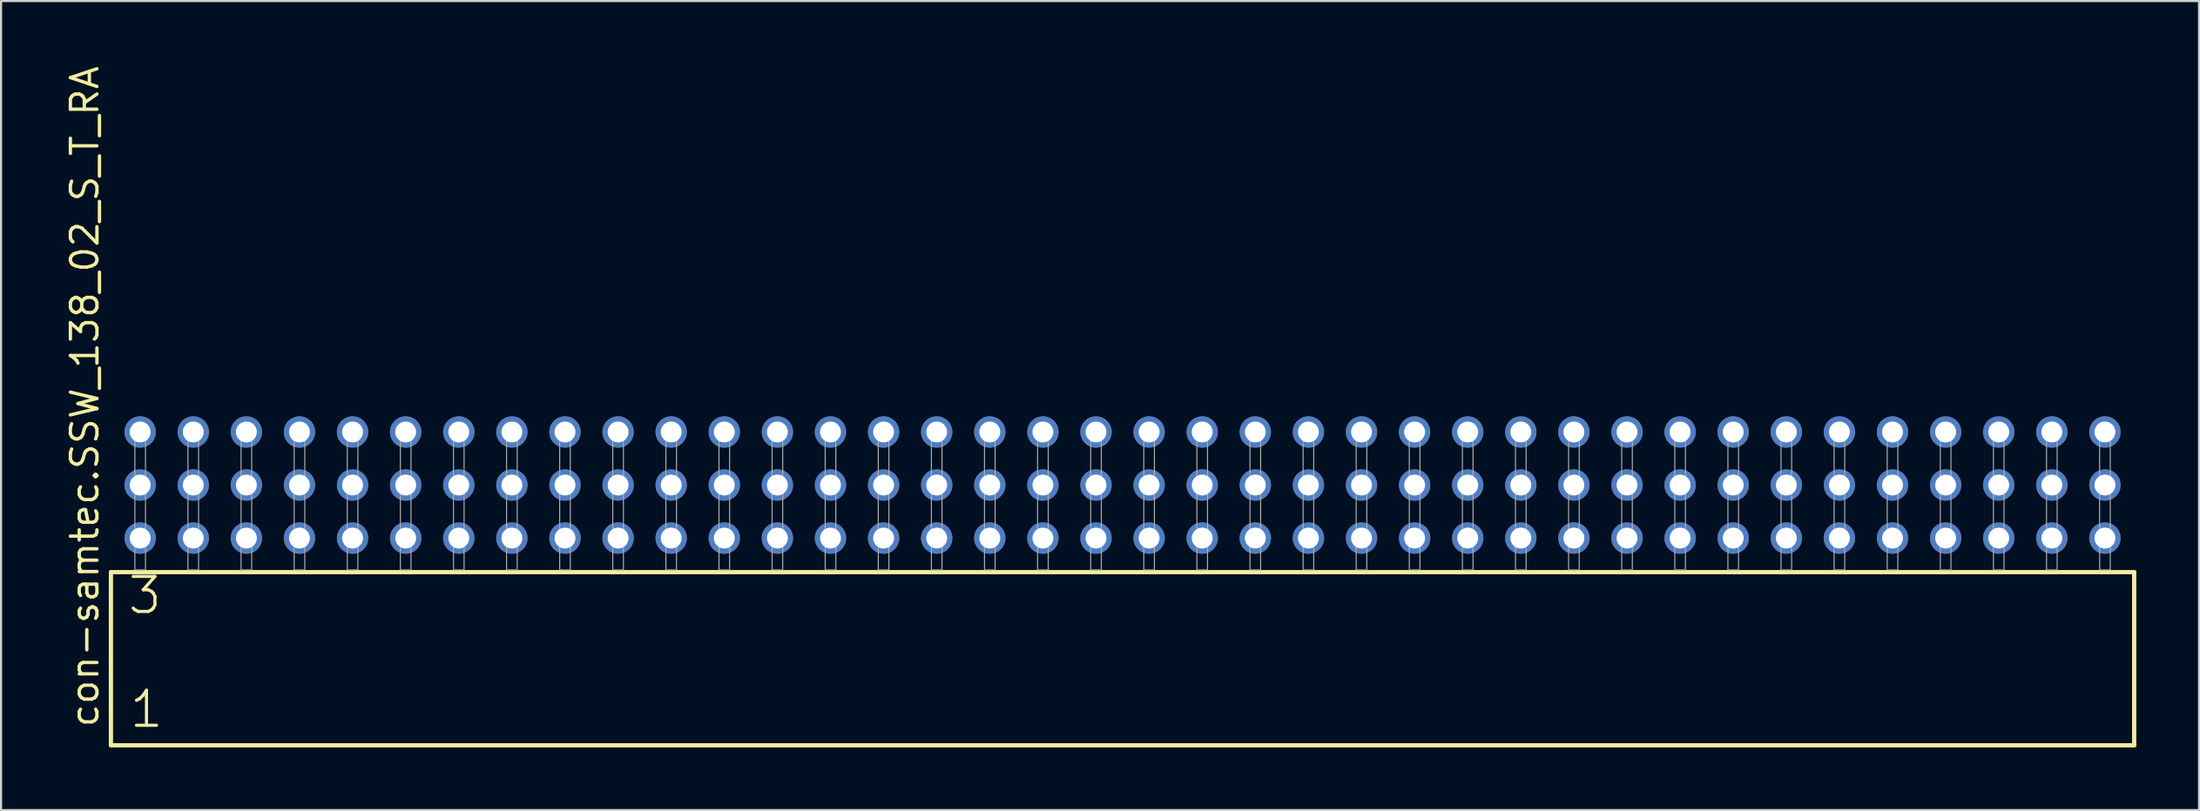
<source format=kicad_pcb>
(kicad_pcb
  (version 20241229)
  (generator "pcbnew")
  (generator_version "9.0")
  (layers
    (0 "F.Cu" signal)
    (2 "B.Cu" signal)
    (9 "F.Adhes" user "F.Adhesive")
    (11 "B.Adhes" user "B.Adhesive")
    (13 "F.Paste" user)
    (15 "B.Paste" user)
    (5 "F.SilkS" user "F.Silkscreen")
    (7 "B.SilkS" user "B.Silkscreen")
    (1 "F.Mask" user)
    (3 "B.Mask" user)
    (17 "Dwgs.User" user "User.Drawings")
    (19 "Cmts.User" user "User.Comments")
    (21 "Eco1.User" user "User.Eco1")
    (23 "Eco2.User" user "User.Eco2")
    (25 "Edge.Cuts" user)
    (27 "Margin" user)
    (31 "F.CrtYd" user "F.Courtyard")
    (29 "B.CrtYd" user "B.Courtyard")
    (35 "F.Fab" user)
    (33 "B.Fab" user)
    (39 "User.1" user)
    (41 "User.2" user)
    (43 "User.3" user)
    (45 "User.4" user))
  (footprint "con-samtec.SSW_138_02_S_T_RA"
    (layer "F.Cu")
    (at 50.645 24.235)
    (property "Reference" "con-samtec.SSW_138_02_S_T_RA" (at -48.895 7.62 90) (layer "F.SilkS") (effects (font (size 1.27 1.27) (thickness 0.16)) (justify left bottom)))
    (attr through_hole)
    (fp_line (start -48.389 0.106) (end -48.389 8.396) (stroke (width 0.203) (type default)) (layer "F.SilkS"))
    (fp_line (start -48.389 8.396) (end 48.389 8.396) (stroke (width 0.203) (type default)) (layer "F.SilkS"))
    (fp_line (start 48.389 0.106) (end -48.389 0.106) (stroke (width 0.203) (type default)) (layer "F.SilkS"))
    (fp_line (start 48.389 8.396) (end 48.389 0.106) (stroke (width 0.203) (type default)) (layer "F.SilkS"))
    (fp_rect (start -47.244 0) (end -46.736 -6.858) (stroke (width 0.05) (type default)) (fill no) (layer "F.Fab"))
    (fp_rect (start -44.704 0) (end -44.196 -6.858) (stroke (width 0.05) (type default)) (fill no) (layer "F.Fab"))
    (fp_rect (start -42.164 0) (end -41.656 -6.858) (stroke (width 0.05) (type default)) (fill no) (layer "F.Fab"))
    (fp_rect (start -39.624 0) (end -39.116 -6.858) (stroke (width 0.05) (type default)) (fill no) (layer "F.Fab"))
    (fp_rect (start -37.084 0) (end -36.576 -6.858) (stroke (width 0.05) (type default)) (fill no) (layer "F.Fab"))
    (fp_rect (start -34.544 0) (end -34.036 -6.858) (stroke (width 0.05) (type default)) (fill no) (layer "F.Fab"))
    (fp_rect (start -32.004 0) (end -31.496 -6.858) (stroke (width 0.05) (type default)) (fill no) (layer "F.Fab"))
    (fp_rect (start -29.464 0) (end -28.956 -6.858) (stroke (width 0.05) (type default)) (fill no) (layer "F.Fab"))
    (fp_rect (start -26.924 0) (end -26.416 -6.858) (stroke (width 0.05) (type default)) (fill no) (layer "F.Fab"))
    (fp_rect (start -24.384 0) (end -23.876 -6.858) (stroke (width 0.05) (type default)) (fill no) (layer "F.Fab"))
    (fp_rect (start -21.844 0) (end -21.336 -6.858) (stroke (width 0.05) (type default)) (fill no) (layer "F.Fab"))
    (fp_rect (start -19.304 0) (end -18.796 -6.858) (stroke (width 0.05) (type default)) (fill no) (layer "F.Fab"))
    (fp_rect (start -16.764 0) (end -16.256 -6.858) (stroke (width 0.05) (type default)) (fill no) (layer "F.Fab"))
    (fp_rect (start -14.224 0) (end -13.716 -6.858) (stroke (width 0.05) (type default)) (fill no) (layer "F.Fab"))
    (fp_rect (start -11.684 0) (end -11.176 -6.858) (stroke (width 0.05) (type default)) (fill no) (layer "F.Fab"))
    (fp_rect (start -9.144 0) (end -8.636 -6.858) (stroke (width 0.05) (type default)) (fill no) (layer "F.Fab"))
    (fp_rect (start -6.604 0) (end -6.096 -6.858) (stroke (width 0.05) (type default)) (fill no) (layer "F.Fab"))
    (fp_rect (start -4.064 0) (end -3.556 -6.858) (stroke (width 0.05) (type default)) (fill no) (layer "F.Fab"))
    (fp_rect (start -1.524 0) (end -1.016 -6.858) (stroke (width 0.05) (type default)) (fill no) (layer "F.Fab"))
    (fp_rect (start 1.016 0) (end 1.524 -6.858) (stroke (width 0.05) (type default)) (fill no) (layer "F.Fab"))
    (fp_rect (start 3.556 0) (end 4.064 -6.858) (stroke (width 0.05) (type default)) (fill no) (layer "F.Fab"))
    (fp_rect (start 6.096 0) (end 6.604 -6.858) (stroke (width 0.05) (type default)) (fill no) (layer "F.Fab"))
    (fp_rect (start 8.636 0) (end 9.144 -6.858) (stroke (width 0.05) (type default)) (fill no) (layer "F.Fab"))
    (fp_rect (start 11.176 0) (end 11.684 -6.858) (stroke (width 0.05) (type default)) (fill no) (layer "F.Fab"))
    (fp_rect (start 13.716 0) (end 14.224 -6.858) (stroke (width 0.05) (type default)) (fill no) (layer "F.Fab"))
    (fp_rect (start 16.256 0) (end 16.764 -6.858) (stroke (width 0.05) (type default)) (fill no) (layer "F.Fab"))
    (fp_rect (start 18.796 0) (end 19.304 -6.858) (stroke (width 0.05) (type default)) (fill no) (layer "F.Fab"))
    (fp_rect (start 21.336 0) (end 21.844 -6.858) (stroke (width 0.05) (type default)) (fill no) (layer "F.Fab"))
    (fp_rect (start 23.876 0) (end 24.384 -6.858) (stroke (width 0.05) (type default)) (fill no) (layer "F.Fab"))
    (fp_rect (start 26.416 0) (end 26.924 -6.858) (stroke (width 0.05) (type default)) (fill no) (layer "F.Fab"))
    (fp_rect (start 28.956 0) (end 29.464 -6.858) (stroke (width 0.05) (type default)) (fill no) (layer "F.Fab"))
    (fp_rect (start 31.496 0) (end 32.004 -6.858) (stroke (width 0.05) (type default)) (fill no) (layer "F.Fab"))
    (fp_rect (start 34.036 0) (end 34.544 -6.858) (stroke (width 0.05) (type default)) (fill no) (layer "F.Fab"))
    (fp_rect (start 36.576 0) (end 37.084 -6.858) (stroke (width 0.05) (type default)) (fill no) (layer "F.Fab"))
    (fp_rect (start 39.116 0) (end 39.624 -6.858) (stroke (width 0.05) (type default)) (fill no) (layer "F.Fab"))
    (fp_rect (start 41.656 0) (end 42.164 -6.858) (stroke (width 0.05) (type default)) (fill no) (layer "F.Fab"))
    (fp_rect (start 44.196 0) (end 44.704 -6.858) (stroke (width 0.05) (type default)) (fill no) (layer "F.Fab"))
    (fp_rect (start 46.736 0) (end 47.244 -6.858) (stroke (width 0.05) (type default)) (fill no) (layer "F.Fab"))
    (fp_text user "1" (at -47.585 7.65 0) (layer "F.SilkS") (effects (font (size 1.676 1.676) (thickness 0.15)) (justify left bottom)))
    (fp_text user "3" (at -47.66 2.2 0) (layer "F.SilkS") (effects (font (size 1.676 1.676) (thickness 0.15)) (justify left bottom)))
    (pad "1" thru_hole circle (at -46.99 -1.524) (size 1.5 1.5) (drill 1) (layers "*.Cu" "*.Mask"))
    (pad "2" thru_hole circle (at -46.99 -4.064) (size 1.5 1.5) (drill 1) (layers "*.Cu" "*.Mask"))
    (pad "3" thru_hole circle (at -46.99 -6.604) (size 1.5 1.5) (drill 1) (layers "*.Cu" "*.Mask"))
    (pad "4" thru_hole circle (at -44.45 -1.524) (size 1.5 1.5) (drill 1) (layers "*.Cu" "*.Mask"))
    (pad "5" thru_hole circle (at -44.45 -4.064) (size 1.5 1.5) (drill 1) (layers "*.Cu" "*.Mask"))
    (pad "6" thru_hole circle (at -44.45 -6.604) (size 1.5 1.5) (drill 1) (layers "*.Cu" "*.Mask"))
    (pad "7" thru_hole circle (at -41.91 -1.524) (size 1.5 1.5) (drill 1) (layers "*.Cu" "*.Mask"))
    (pad "8" thru_hole circle (at -41.91 -4.064) (size 1.5 1.5) (drill 1) (layers "*.Cu" "*.Mask"))
    (pad "9" thru_hole circle (at -41.91 -6.604) (size 1.5 1.5) (drill 1) (layers "*.Cu" "*.Mask"))
    (pad "10" thru_hole circle (at -39.37 -1.524) (size 1.5 1.5) (drill 1) (layers "*.Cu" "*.Mask"))
    (pad "11" thru_hole circle (at -39.37 -4.064) (size 1.5 1.5) (drill 1) (layers "*.Cu" "*.Mask"))
    (pad "12" thru_hole circle (at -39.37 -6.604) (size 1.5 1.5) (drill 1) (layers "*.Cu" "*.Mask"))
    (pad "13" thru_hole circle (at -36.83 -1.524) (size 1.5 1.5) (drill 1) (layers "*.Cu" "*.Mask"))
    (pad "14" thru_hole circle (at -36.83 -4.064) (size 1.5 1.5) (drill 1) (layers "*.Cu" "*.Mask"))
    (pad "15" thru_hole circle (at -36.83 -6.604) (size 1.5 1.5) (drill 1) (layers "*.Cu" "*.Mask"))
    (pad "16" thru_hole circle (at -34.29 -1.524) (size 1.5 1.5) (drill 1) (layers "*.Cu" "*.Mask"))
    (pad "17" thru_hole circle (at -34.29 -4.064) (size 1.5 1.5) (drill 1) (layers "*.Cu" "*.Mask"))
    (pad "18" thru_hole circle (at -34.29 -6.604) (size 1.5 1.5) (drill 1) (layers "*.Cu" "*.Mask"))
    (pad "19" thru_hole circle (at -31.75 -1.524) (size 1.5 1.5) (drill 1) (layers "*.Cu" "*.Mask"))
    (pad "20" thru_hole circle (at -31.75 -4.064) (size 1.5 1.5) (drill 1) (layers "*.Cu" "*.Mask"))
    (pad "21" thru_hole circle (at -31.75 -6.604) (size 1.5 1.5) (drill 1) (layers "*.Cu" "*.Mask"))
    (pad "22" thru_hole circle (at -29.21 -1.524) (size 1.5 1.5) (drill 1) (layers "*.Cu" "*.Mask"))
    (pad "23" thru_hole circle (at -29.21 -4.064) (size 1.5 1.5) (drill 1) (layers "*.Cu" "*.Mask"))
    (pad "24" thru_hole circle (at -29.21 -6.604) (size 1.5 1.5) (drill 1) (layers "*.Cu" "*.Mask"))
    (pad "25" thru_hole circle (at -26.67 -1.524) (size 1.5 1.5) (drill 1) (layers "*.Cu" "*.Mask"))
    (pad "26" thru_hole circle (at -26.67 -4.064) (size 1.5 1.5) (drill 1) (layers "*.Cu" "*.Mask"))
    (pad "27" thru_hole circle (at -26.67 -6.604) (size 1.5 1.5) (drill 1) (layers "*.Cu" "*.Mask"))
    (pad "28" thru_hole circle (at -24.13 -1.524) (size 1.5 1.5) (drill 1) (layers "*.Cu" "*.Mask"))
    (pad "29" thru_hole circle (at -24.13 -4.064) (size 1.5 1.5) (drill 1) (layers "*.Cu" "*.Mask"))
    (pad "30" thru_hole circle (at -24.13 -6.604) (size 1.5 1.5) (drill 1) (layers "*.Cu" "*.Mask"))
    (pad "31" thru_hole circle (at -21.59 -1.524) (size 1.5 1.5) (drill 1) (layers "*.Cu" "*.Mask"))
    (pad "32" thru_hole circle (at -21.59 -4.064) (size 1.5 1.5) (drill 1) (layers "*.Cu" "*.Mask"))
    (pad "33" thru_hole circle (at -21.59 -6.604) (size 1.5 1.5) (drill 1) (layers "*.Cu" "*.Mask"))
    (pad "34" thru_hole circle (at -19.05 -1.524) (size 1.5 1.5) (drill 1) (layers "*.Cu" "*.Mask"))
    (pad "35" thru_hole circle (at -19.05 -4.064) (size 1.5 1.5) (drill 1) (layers "*.Cu" "*.Mask"))
    (pad "36" thru_hole circle (at -19.05 -6.604) (size 1.5 1.5) (drill 1) (layers "*.Cu" "*.Mask"))
    (pad "37" thru_hole circle (at -16.51 -1.524) (size 1.5 1.5) (drill 1) (layers "*.Cu" "*.Mask"))
    (pad "38" thru_hole circle (at -16.51 -4.064) (size 1.5 1.5) (drill 1) (layers "*.Cu" "*.Mask"))
    (pad "39" thru_hole circle (at -16.51 -6.604) (size 1.5 1.5) (drill 1) (layers "*.Cu" "*.Mask"))
    (pad "40" thru_hole circle (at -13.97 -1.524) (size 1.5 1.5) (drill 1) (layers "*.Cu" "*.Mask"))
    (pad "41" thru_hole circle (at -13.97 -4.064) (size 1.5 1.5) (drill 1) (layers "*.Cu" "*.Mask"))
    (pad "42" thru_hole circle (at -13.97 -6.604) (size 1.5 1.5) (drill 1) (layers "*.Cu" "*.Mask"))
    (pad "43" thru_hole circle (at -11.43 -1.524) (size 1.5 1.5) (drill 1) (layers "*.Cu" "*.Mask"))
    (pad "44" thru_hole circle (at -11.43 -4.064) (size 1.5 1.5) (drill 1) (layers "*.Cu" "*.Mask"))
    (pad "45" thru_hole circle (at -11.43 -6.604) (size 1.5 1.5) (drill 1) (layers "*.Cu" "*.Mask"))
    (pad "46" thru_hole circle (at -8.89 -1.524) (size 1.5 1.5) (drill 1) (layers "*.Cu" "*.Mask"))
    (pad "47" thru_hole circle (at -8.89 -4.064) (size 1.5 1.5) (drill 1) (layers "*.Cu" "*.Mask"))
    (pad "48" thru_hole circle (at -8.89 -6.604) (size 1.5 1.5) (drill 1) (layers "*.Cu" "*.Mask"))
    (pad "49" thru_hole circle (at -6.35 -1.524) (size 1.5 1.5) (drill 1) (layers "*.Cu" "*.Mask"))
    (pad "50" thru_hole circle (at -6.35 -4.064) (size 1.5 1.5) (drill 1) (layers "*.Cu" "*.Mask"))
    (pad "51" thru_hole circle (at -6.35 -6.604) (size 1.5 1.5) (drill 1) (layers "*.Cu" "*.Mask"))
    (pad "52" thru_hole circle (at -3.81 -1.524) (size 1.5 1.5) (drill 1) (layers "*.Cu" "*.Mask"))
    (pad "53" thru_hole circle (at -3.81 -4.064) (size 1.5 1.5) (drill 1) (layers "*.Cu" "*.Mask"))
    (pad "54" thru_hole circle (at -3.81 -6.604) (size 1.5 1.5) (drill 1) (layers "*.Cu" "*.Mask"))
    (pad "55" thru_hole circle (at -1.27 -1.524) (size 1.5 1.5) (drill 1) (layers "*.Cu" "*.Mask"))
    (pad "56" thru_hole circle (at -1.27 -4.064) (size 1.5 1.5) (drill 1) (layers "*.Cu" "*.Mask"))
    (pad "57" thru_hole circle (at -1.27 -6.604) (size 1.5 1.5) (drill 1) (layers "*.Cu" "*.Mask"))
    (pad "58" thru_hole circle (at 1.27 -1.524) (size 1.5 1.5) (drill 1) (layers "*.Cu" "*.Mask"))
    (pad "59" thru_hole circle (at 1.27 -4.064) (size 1.5 1.5) (drill 1) (layers "*.Cu" "*.Mask"))
    (pad "60" thru_hole circle (at 1.27 -6.604) (size 1.5 1.5) (drill 1) (layers "*.Cu" "*.Mask"))
    (pad "61" thru_hole circle (at 3.81 -1.524) (size 1.5 1.5) (drill 1) (layers "*.Cu" "*.Mask"))
    (pad "62" thru_hole circle (at 3.81 -4.064) (size 1.5 1.5) (drill 1) (layers "*.Cu" "*.Mask"))
    (pad "63" thru_hole circle (at 3.81 -6.604) (size 1.5 1.5) (drill 1) (layers "*.Cu" "*.Mask"))
    (pad "64" thru_hole circle (at 6.35 -1.524) (size 1.5 1.5) (drill 1) (layers "*.Cu" "*.Mask"))
    (pad "65" thru_hole circle (at 6.35 -4.064) (size 1.5 1.5) (drill 1) (layers "*.Cu" "*.Mask"))
    (pad "66" thru_hole circle (at 6.35 -6.604) (size 1.5 1.5) (drill 1) (layers "*.Cu" "*.Mask"))
    (pad "67" thru_hole circle (at 8.89 -1.524) (size 1.5 1.5) (drill 1) (layers "*.Cu" "*.Mask"))
    (pad "68" thru_hole circle (at 8.89 -4.064) (size 1.5 1.5) (drill 1) (layers "*.Cu" "*.Mask"))
    (pad "69" thru_hole circle (at 8.89 -6.604) (size 1.5 1.5) (drill 1) (layers "*.Cu" "*.Mask"))
    (pad "70" thru_hole circle (at 11.43 -1.524) (size 1.5 1.5) (drill 1) (layers "*.Cu" "*.Mask"))
    (pad "71" thru_hole circle (at 11.43 -4.064) (size 1.5 1.5) (drill 1) (layers "*.Cu" "*.Mask"))
    (pad "72" thru_hole circle (at 11.43 -6.604) (size 1.5 1.5) (drill 1) (layers "*.Cu" "*.Mask"))
    (pad "73" thru_hole circle (at 13.97 -1.524) (size 1.5 1.5) (drill 1) (layers "*.Cu" "*.Mask"))
    (pad "74" thru_hole circle (at 13.97 -4.064) (size 1.5 1.5) (drill 1) (layers "*.Cu" "*.Mask"))
    (pad "75" thru_hole circle (at 13.97 -6.604) (size 1.5 1.5) (drill 1) (layers "*.Cu" "*.Mask"))
    (pad "76" thru_hole circle (at 16.51 -1.524) (size 1.5 1.5) (drill 1) (layers "*.Cu" "*.Mask"))
    (pad "77" thru_hole circle (at 16.51 -4.064) (size 1.5 1.5) (drill 1) (layers "*.Cu" "*.Mask"))
    (pad "78" thru_hole circle (at 16.51 -6.604) (size 1.5 1.5) (drill 1) (layers "*.Cu" "*.Mask"))
    (pad "79" thru_hole circle (at 19.05 -1.524) (size 1.5 1.5) (drill 1) (layers "*.Cu" "*.Mask"))
    (pad "80" thru_hole circle (at 19.05 -4.064) (size 1.5 1.5) (drill 1) (layers "*.Cu" "*.Mask"))
    (pad "81" thru_hole circle (at 19.05 -6.604) (size 1.5 1.5) (drill 1) (layers "*.Cu" "*.Mask"))
    (pad "82" thru_hole circle (at 21.59 -1.524) (size 1.5 1.5) (drill 1) (layers "*.Cu" "*.Mask"))
    (pad "83" thru_hole circle (at 21.59 -4.064) (size 1.5 1.5) (drill 1) (layers "*.Cu" "*.Mask"))
    (pad "84" thru_hole circle (at 21.59 -6.604) (size 1.5 1.5) (drill 1) (layers "*.Cu" "*.Mask"))
    (pad "85" thru_hole circle (at 24.13 -1.524) (size 1.5 1.5) (drill 1) (layers "*.Cu" "*.Mask"))
    (pad "86" thru_hole circle (at 24.13 -4.064) (size 1.5 1.5) (drill 1) (layers "*.Cu" "*.Mask"))
    (pad "87" thru_hole circle (at 24.13 -6.604) (size 1.5 1.5) (drill 1) (layers "*.Cu" "*.Mask"))
    (pad "88" thru_hole circle (at 26.67 -1.524) (size 1.5 1.5) (drill 1) (layers "*.Cu" "*.Mask"))
    (pad "89" thru_hole circle (at 26.67 -4.064) (size 1.5 1.5) (drill 1) (layers "*.Cu" "*.Mask"))
    (pad "90" thru_hole circle (at 26.67 -6.604) (size 1.5 1.5) (drill 1) (layers "*.Cu" "*.Mask"))
    (pad "91" thru_hole circle (at 29.21 -1.524) (size 1.5 1.5) (drill 1) (layers "*.Cu" "*.Mask"))
    (pad "92" thru_hole circle (at 29.21 -4.064) (size 1.5 1.5) (drill 1) (layers "*.Cu" "*.Mask"))
    (pad "93" thru_hole circle (at 29.21 -6.604) (size 1.5 1.5) (drill 1) (layers "*.Cu" "*.Mask"))
    (pad "94" thru_hole circle (at 31.75 -1.524) (size 1.5 1.5) (drill 1) (layers "*.Cu" "*.Mask"))
    (pad "95" thru_hole circle (at 31.75 -4.064) (size 1.5 1.5) (drill 1) (layers "*.Cu" "*.Mask"))
    (pad "96" thru_hole circle (at 31.75 -6.604) (size 1.5 1.5) (drill 1) (layers "*.Cu" "*.Mask"))
    (pad "97" thru_hole circle (at 34.29 -1.524) (size 1.5 1.5) (drill 1) (layers "*.Cu" "*.Mask"))
    (pad "98" thru_hole circle (at 34.29 -4.064) (size 1.5 1.5) (drill 1) (layers "*.Cu" "*.Mask"))
    (pad "99" thru_hole circle (at 34.29 -6.604) (size 1.5 1.5) (drill 1) (layers "*.Cu" "*.Mask"))
    (pad "100" thru_hole circle (at 36.83 -1.524) (size 1.5 1.5) (drill 1) (layers "*.Cu" "*.Mask"))
    (pad "101" thru_hole circle (at 36.83 -4.064) (size 1.5 1.5) (drill 1) (layers "*.Cu" "*.Mask"))
    (pad "102" thru_hole circle (at 36.83 -6.604) (size 1.5 1.5) (drill 1) (layers "*.Cu" "*.Mask"))
    (pad "103" thru_hole circle (at 39.37 -1.524) (size 1.5 1.5) (drill 1) (layers "*.Cu" "*.Mask"))
    (pad "104" thru_hole circle (at 39.37 -4.064) (size 1.5 1.5) (drill 1) (layers "*.Cu" "*.Mask"))
    (pad "105" thru_hole circle (at 39.37 -6.604) (size 1.5 1.5) (drill 1) (layers "*.Cu" "*.Mask"))
    (pad "106" thru_hole circle (at 41.91 -1.524) (size 1.5 1.5) (drill 1) (layers "*.Cu" "*.Mask"))
    (pad "107" thru_hole circle (at 41.91 -4.064) (size 1.5 1.5) (drill 1) (layers "*.Cu" "*.Mask"))
    (pad "108" thru_hole circle (at 41.91 -6.604) (size 1.5 1.5) (drill 1) (layers "*.Cu" "*.Mask"))
    (pad "109" thru_hole circle (at 44.45 -1.524) (size 1.5 1.5) (drill 1) (layers "*.Cu" "*.Mask"))
    (pad "110" thru_hole circle (at 44.45 -4.064) (size 1.5 1.5) (drill 1) (layers "*.Cu" "*.Mask"))
    (pad "111" thru_hole circle (at 44.45 -6.604) (size 1.5 1.5) (drill 1) (layers "*.Cu" "*.Mask"))
    (pad "112" thru_hole circle (at 46.99 -1.524) (size 1.5 1.5) (drill 1) (layers "*.Cu" "*.Mask"))
    (pad "113" thru_hole circle (at 46.99 -4.064) (size 1.5 1.5) (drill 1) (layers "*.Cu" "*.Mask"))
    (pad "114" thru_hole circle (at 46.99 -6.604) (size 1.5 1.5) (drill 1) (layers "*.Cu" "*.Mask")))
  (gr_rect
    (start -3 -3)
    (end 102.136 35.733)
    (stroke (width 0.1) (type default))
    (fill no)
    (layer "Edge.Cuts")))
</source>
